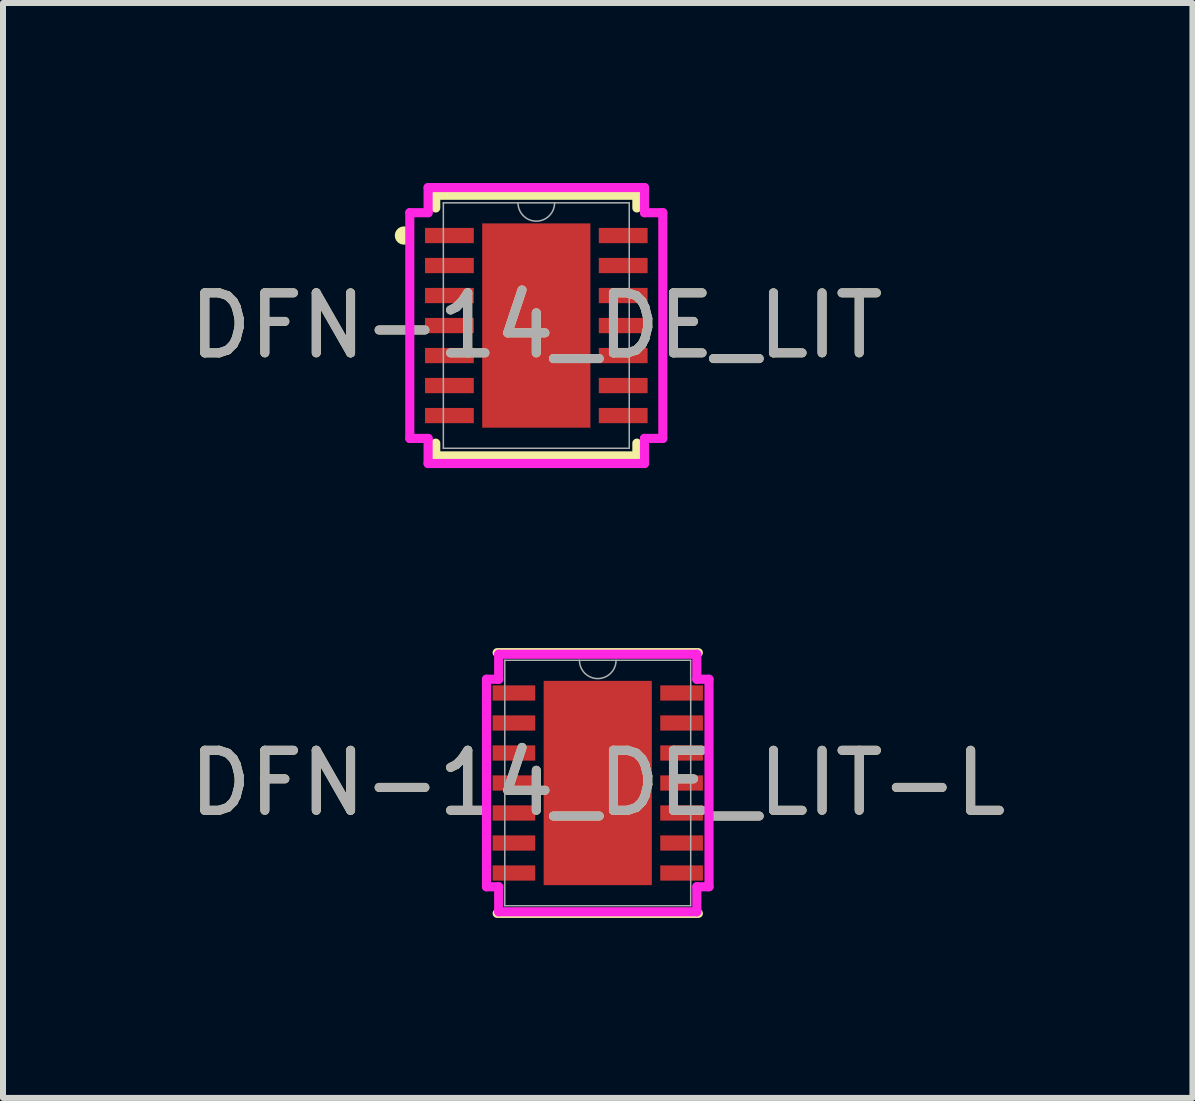
<source format=kicad_pcb>
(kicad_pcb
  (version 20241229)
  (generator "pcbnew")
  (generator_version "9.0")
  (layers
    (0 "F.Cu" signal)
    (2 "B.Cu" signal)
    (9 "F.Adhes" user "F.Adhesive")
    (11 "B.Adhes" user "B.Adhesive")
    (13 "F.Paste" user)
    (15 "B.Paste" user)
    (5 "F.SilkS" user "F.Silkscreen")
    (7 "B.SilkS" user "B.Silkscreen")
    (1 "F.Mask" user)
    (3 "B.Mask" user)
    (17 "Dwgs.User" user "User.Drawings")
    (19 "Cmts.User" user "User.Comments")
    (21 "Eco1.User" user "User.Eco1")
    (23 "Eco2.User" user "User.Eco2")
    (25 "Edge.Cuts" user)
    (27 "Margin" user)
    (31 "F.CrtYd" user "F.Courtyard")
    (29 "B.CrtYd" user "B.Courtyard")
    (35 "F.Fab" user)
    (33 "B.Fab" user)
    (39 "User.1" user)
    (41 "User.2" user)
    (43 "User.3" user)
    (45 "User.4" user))
  (footprint "DFN-14_DE_LIT-L"
    (layer "F.Cu")
    (at 6.911 9.998)
    (property "Reference" "DFN-14_DE_LIT-L" (at 0 0 0) (unlocked yes) (layer "F.SilkS") (effects (font (size 1 1) (thickness 0.15))))
    (attr smd)
    (fp_line (start -1.676 2.172) (end 1.676 2.172) (stroke (width 0.152) (type solid)) (layer "F.SilkS"))
    (fp_line (start 1.676 -2.172) (end -1.676 -2.172) (stroke (width 0.152) (type solid)) (layer "F.SilkS"))
    (fp_poly (pts (xy -0.802 -1.602) (xy -0.802 -0.1) (xy 0.802 -0.1) (xy 0.802 -1.602)) (stroke (width 0) (type solid)) (fill yes) (layer "F.Paste"))
    (fp_poly (pts (xy -0.802 0.1) (xy -0.802 1.602) (xy 0.802 1.602) (xy 0.802 0.1)) (stroke (width 0) (type solid)) (fill yes) (layer "F.Paste"))
    (fp_line (start -1.854 -1.729) (end -1.651 -1.729) (stroke (width 0.152) (type solid)) (layer "F.CrtYd"))
    (fp_line (start -1.854 1.729) (end -1.854 -1.729) (stroke (width 0.152) (type solid)) (layer "F.CrtYd"))
    (fp_line (start -1.854 1.729) (end -1.651 1.729) (stroke (width 0.152) (type solid)) (layer "F.CrtYd"))
    (fp_line (start -1.651 -2.146) (end 1.651 -2.146) (stroke (width 0.152) (type solid)) (layer "F.CrtYd"))
    (fp_line (start -1.651 -1.729) (end -1.651 -2.146) (stroke (width 0.152) (type solid)) (layer "F.CrtYd"))
    (fp_line (start -1.651 2.146) (end -1.651 1.729) (stroke (width 0.152) (type solid)) (layer "F.CrtYd"))
    (fp_line (start 1.651 -2.146) (end 1.651 -1.729) (stroke (width 0.152) (type solid)) (layer "F.CrtYd"))
    (fp_line (start 1.651 1.729) (end 1.651 2.146) (stroke (width 0.152) (type solid)) (layer "F.CrtYd"))
    (fp_line (start 1.651 2.146) (end -1.651 2.146) (stroke (width 0.152) (type solid)) (layer "F.CrtYd"))
    (fp_line (start 1.854 -1.729) (end 1.651 -1.729) (stroke (width 0.152) (type solid)) (layer "F.CrtYd"))
    (fp_line (start 1.854 -1.729) (end 1.854 1.729) (stroke (width 0.152) (type solid)) (layer "F.CrtYd"))
    (fp_line (start 1.854 1.729) (end 1.651 1.729) (stroke (width 0.152) (type solid)) (layer "F.CrtYd"))
    (fp_line (start -1.549 -2.045) (end -1.549 2.045) (stroke (width 0.025) (type solid)) (layer "F.Fab"))
    (fp_line (start -1.549 2.045) (end 1.549 2.045) (stroke (width 0.025) (type solid)) (layer "F.Fab"))
    (fp_line (start 1.549 -2.045) (end -1.549 -2.045) (stroke (width 0.025) (type solid)) (layer "F.Fab"))
    (fp_line (start 1.549 2.045) (end 1.549 -2.045) (stroke (width 0.025) (type solid)) (layer "F.Fab"))
    (fp_arc (start 0.3048 -2.0447) (mid 0 -1.7399) (end -0.3048 -2.0447) (stroke (width 0.0254) (type solid)) (layer "F.Fab"))
    (fp_text user "${REFERENCE}" (at 0 0 0) (unlocked yes) (layer "F.Fab") (effects (font (size 1 1) (thickness 0.15))))
    (pad "1" smd rect (at -1.397 -1.5) (size 0.711 0.254) (layers "F.Cu" "F.Mask" "F.Paste"))
    (pad "2" smd rect (at -1.397 -1) (size 0.711 0.254) (layers "F.Cu" "F.Mask" "F.Paste"))
    (pad "3" smd rect (at -1.397 -0.5) (size 0.711 0.254) (layers "F.Cu" "F.Mask" "F.Paste"))
    (pad "4" smd rect (at -1.397 0) (size 0.711 0.254) (layers "F.Cu" "F.Mask" "F.Paste"))
    (pad "5" smd rect (at -1.397 0.5) (size 0.711 0.254) (layers "F.Cu" "F.Mask" "F.Paste"))
    (pad "6" smd rect (at -1.397 1) (size 0.711 0.254) (layers "F.Cu" "F.Mask" "F.Paste"))
    (pad "7" smd rect (at -1.397 1.5) (size 0.711 0.254) (layers "F.Cu" "F.Mask" "F.Paste"))
    (pad "8" smd rect (at 1.397 1.5) (size 0.711 0.254) (layers "F.Cu" "F.Mask" "F.Paste"))
    (pad "9" smd rect (at 1.397 1) (size 0.711 0.254) (layers "F.Cu" "F.Mask" "F.Paste"))
    (pad "10" smd rect (at 1.397 0.5) (size 0.711 0.254) (layers "F.Cu" "F.Mask" "F.Paste"))
    (pad "11" smd rect (at 1.397 0) (size 0.711 0.254) (layers "F.Cu" "F.Mask" "F.Paste"))
    (pad "12" smd rect (at 1.397 -0.5) (size 0.711 0.254) (layers "F.Cu" "F.Mask" "F.Paste"))
    (pad "13" smd rect (at 1.397 -1) (size 0.711 0.254) (layers "F.Cu" "F.Mask" "F.Paste"))
    (pad "14" smd rect (at 1.397 -1.5) (size 0.711 0.254) (layers "F.Cu" "F.Mask" "F.Paste"))
    (pad "15" smd rect (at 0 0) (size 1.803 3.404) (layers "F.Cu" "F.Mask" "F.Paste")))
  (footprint "DFN-14_DE_LIT"
    (layer "F.Cu")
    (at 5.887 2.375)
    (property "Reference" "DFN-14_DE_LIT" (at 0 0 0) (unlocked yes) (layer "F.SilkS") (effects (font (size 1 1) (thickness 0.15))))
    (attr smd)
    (fp_line (start -1.676 -2.172) (end -1.676 -1.96) (stroke (width 0.152) (type solid)) (layer "F.SilkS"))
    (fp_line (start -1.676 1.96) (end -1.676 2.172) (stroke (width 0.152) (type solid)) (layer "F.SilkS"))
    (fp_line (start -1.676 2.172) (end 1.676 2.172) (stroke (width 0.152) (type solid)) (layer "F.SilkS"))
    (fp_line (start 1.676 -2.172) (end -1.676 -2.172) (stroke (width 0.152) (type solid)) (layer "F.SilkS"))
    (fp_line (start 1.676 -1.96) (end 1.676 -2.172) (stroke (width 0.152) (type solid)) (layer "F.SilkS"))
    (fp_line (start 1.676 2.172) (end 1.676 1.96) (stroke (width 0.152) (type solid)) (layer "F.SilkS"))
    (fp_arc (start -2.18694 -1.42617) (mid -2.282 -1.5) (end -2.18694 -1.573829) (stroke (width 0.1524) (type solid)) (layer "F.SilkS"))
    (fp_poly (pts (xy -0.802 -1.602) (xy -0.802 -0.1) (xy 0.802 -0.1) (xy 0.802 -1.602)) (stroke (width 0) (type solid)) (fill yes) (layer "F.Paste"))
    (fp_poly (pts (xy -0.802 0.1) (xy -0.802 1.602) (xy 0.802 1.602) (xy 0.802 0.1)) (stroke (width 0) (type solid)) (fill yes) (layer "F.Paste"))
    (fp_line (start -2.108 -1.881) (end -1.803 -1.881) (stroke (width 0.152) (type solid)) (layer "F.CrtYd"))
    (fp_line (start -2.108 1.881) (end -2.108 -1.881) (stroke (width 0.152) (type solid)) (layer "F.CrtYd"))
    (fp_line (start -2.108 1.881) (end -1.803 1.881) (stroke (width 0.152) (type solid)) (layer "F.CrtYd"))
    (fp_line (start -1.803 -2.299) (end 1.803 -2.299) (stroke (width 0.152) (type solid)) (layer "F.CrtYd"))
    (fp_line (start -1.803 -1.881) (end -1.803 -2.299) (stroke (width 0.152) (type solid)) (layer "F.CrtYd"))
    (fp_line (start -1.803 2.299) (end -1.803 1.881) (stroke (width 0.152) (type solid)) (layer "F.CrtYd"))
    (fp_line (start 1.803 -2.299) (end 1.803 -1.881) (stroke (width 0.152) (type solid)) (layer "F.CrtYd"))
    (fp_line (start 1.803 1.881) (end 1.803 2.299) (stroke (width 0.152) (type solid)) (layer "F.CrtYd"))
    (fp_line (start 1.803 2.299) (end -1.803 2.299) (stroke (width 0.152) (type solid)) (layer "F.CrtYd"))
    (fp_line (start 2.108 -1.881) (end 1.803 -1.881) (stroke (width 0.152) (type solid)) (layer "F.CrtYd"))
    (fp_line (start 2.108 -1.881) (end 2.108 1.881) (stroke (width 0.152) (type solid)) (layer "F.CrtYd"))
    (fp_line (start 2.108 1.881) (end 1.803 1.881) (stroke (width 0.152) (type solid)) (layer "F.CrtYd"))
    (fp_line (start -1.549 -2.045) (end -1.549 2.045) (stroke (width 0.025) (type solid)) (layer "F.Fab"))
    (fp_line (start -1.549 2.045) (end 1.549 2.045) (stroke (width 0.025) (type solid)) (layer "F.Fab"))
    (fp_line (start 1.549 -2.045) (end -1.549 -2.045) (stroke (width 0.025) (type solid)) (layer "F.Fab"))
    (fp_line (start 1.549 2.045) (end 1.549 -2.045) (stroke (width 0.025) (type solid)) (layer "F.Fab"))
    (fp_arc (start 0.3048 -2.0447) (mid 0 -1.7399) (end -0.3048 -2.0447) (stroke (width 0.0254) (type solid)) (layer "F.Fab"))
    (fp_text user "${REFERENCE}" (at 0 0 0) (unlocked yes) (layer "F.Fab") (effects (font (size 1 1) (thickness 0.15))))
    (pad "1" smd rect (at -1.448 -1.5) (size 0.813 0.254) (layers "F.Cu" "F.Mask" "F.Paste"))
    (pad "2" smd rect (at -1.448 -1) (size 0.813 0.254) (layers "F.Cu" "F.Mask" "F.Paste"))
    (pad "3" smd rect (at -1.448 -0.5) (size 0.813 0.254) (layers "F.Cu" "F.Mask" "F.Paste"))
    (pad "4" smd rect (at -1.448 0) (size 0.813 0.254) (layers "F.Cu" "F.Mask" "F.Paste"))
    (pad "5" smd rect (at -1.448 0.5) (size 0.813 0.254) (layers "F.Cu" "F.Mask" "F.Paste"))
    (pad "6" smd rect (at -1.448 1) (size 0.813 0.254) (layers "F.Cu" "F.Mask" "F.Paste"))
    (pad "7" smd rect (at -1.448 1.5) (size 0.813 0.254) (layers "F.Cu" "F.Mask" "F.Paste"))
    (pad "8" smd rect (at 1.448 1.5) (size 0.813 0.254) (layers "F.Cu" "F.Mask" "F.Paste"))
    (pad "9" smd rect (at 1.448 1) (size 0.813 0.254) (layers "F.Cu" "F.Mask" "F.Paste"))
    (pad "10" smd rect (at 1.448 0.5) (size 0.813 0.254) (layers "F.Cu" "F.Mask" "F.Paste"))
    (pad "11" smd rect (at 1.448 0) (size 0.813 0.254) (layers "F.Cu" "F.Mask" "F.Paste"))
    (pad "12" smd rect (at 1.448 -0.5) (size 0.813 0.254) (layers "F.Cu" "F.Mask" "F.Paste"))
    (pad "13" smd rect (at 1.448 -1) (size 0.813 0.254) (layers "F.Cu" "F.Mask" "F.Paste"))
    (pad "14" smd rect (at 1.448 -1.5) (size 0.813 0.254) (layers "F.Cu" "F.Mask" "F.Paste"))
    (pad "15" smd rect (at 0 0) (size 1.803 3.404) (layers "F.Cu" "F.Mask" "F.Paste")))
  (gr_rect
    (start -3 -3)
    (end 16.821 15.246)
    (stroke (width 0.1) (type default))
    (fill no)
    (layer "Edge.Cuts")))
</source>
